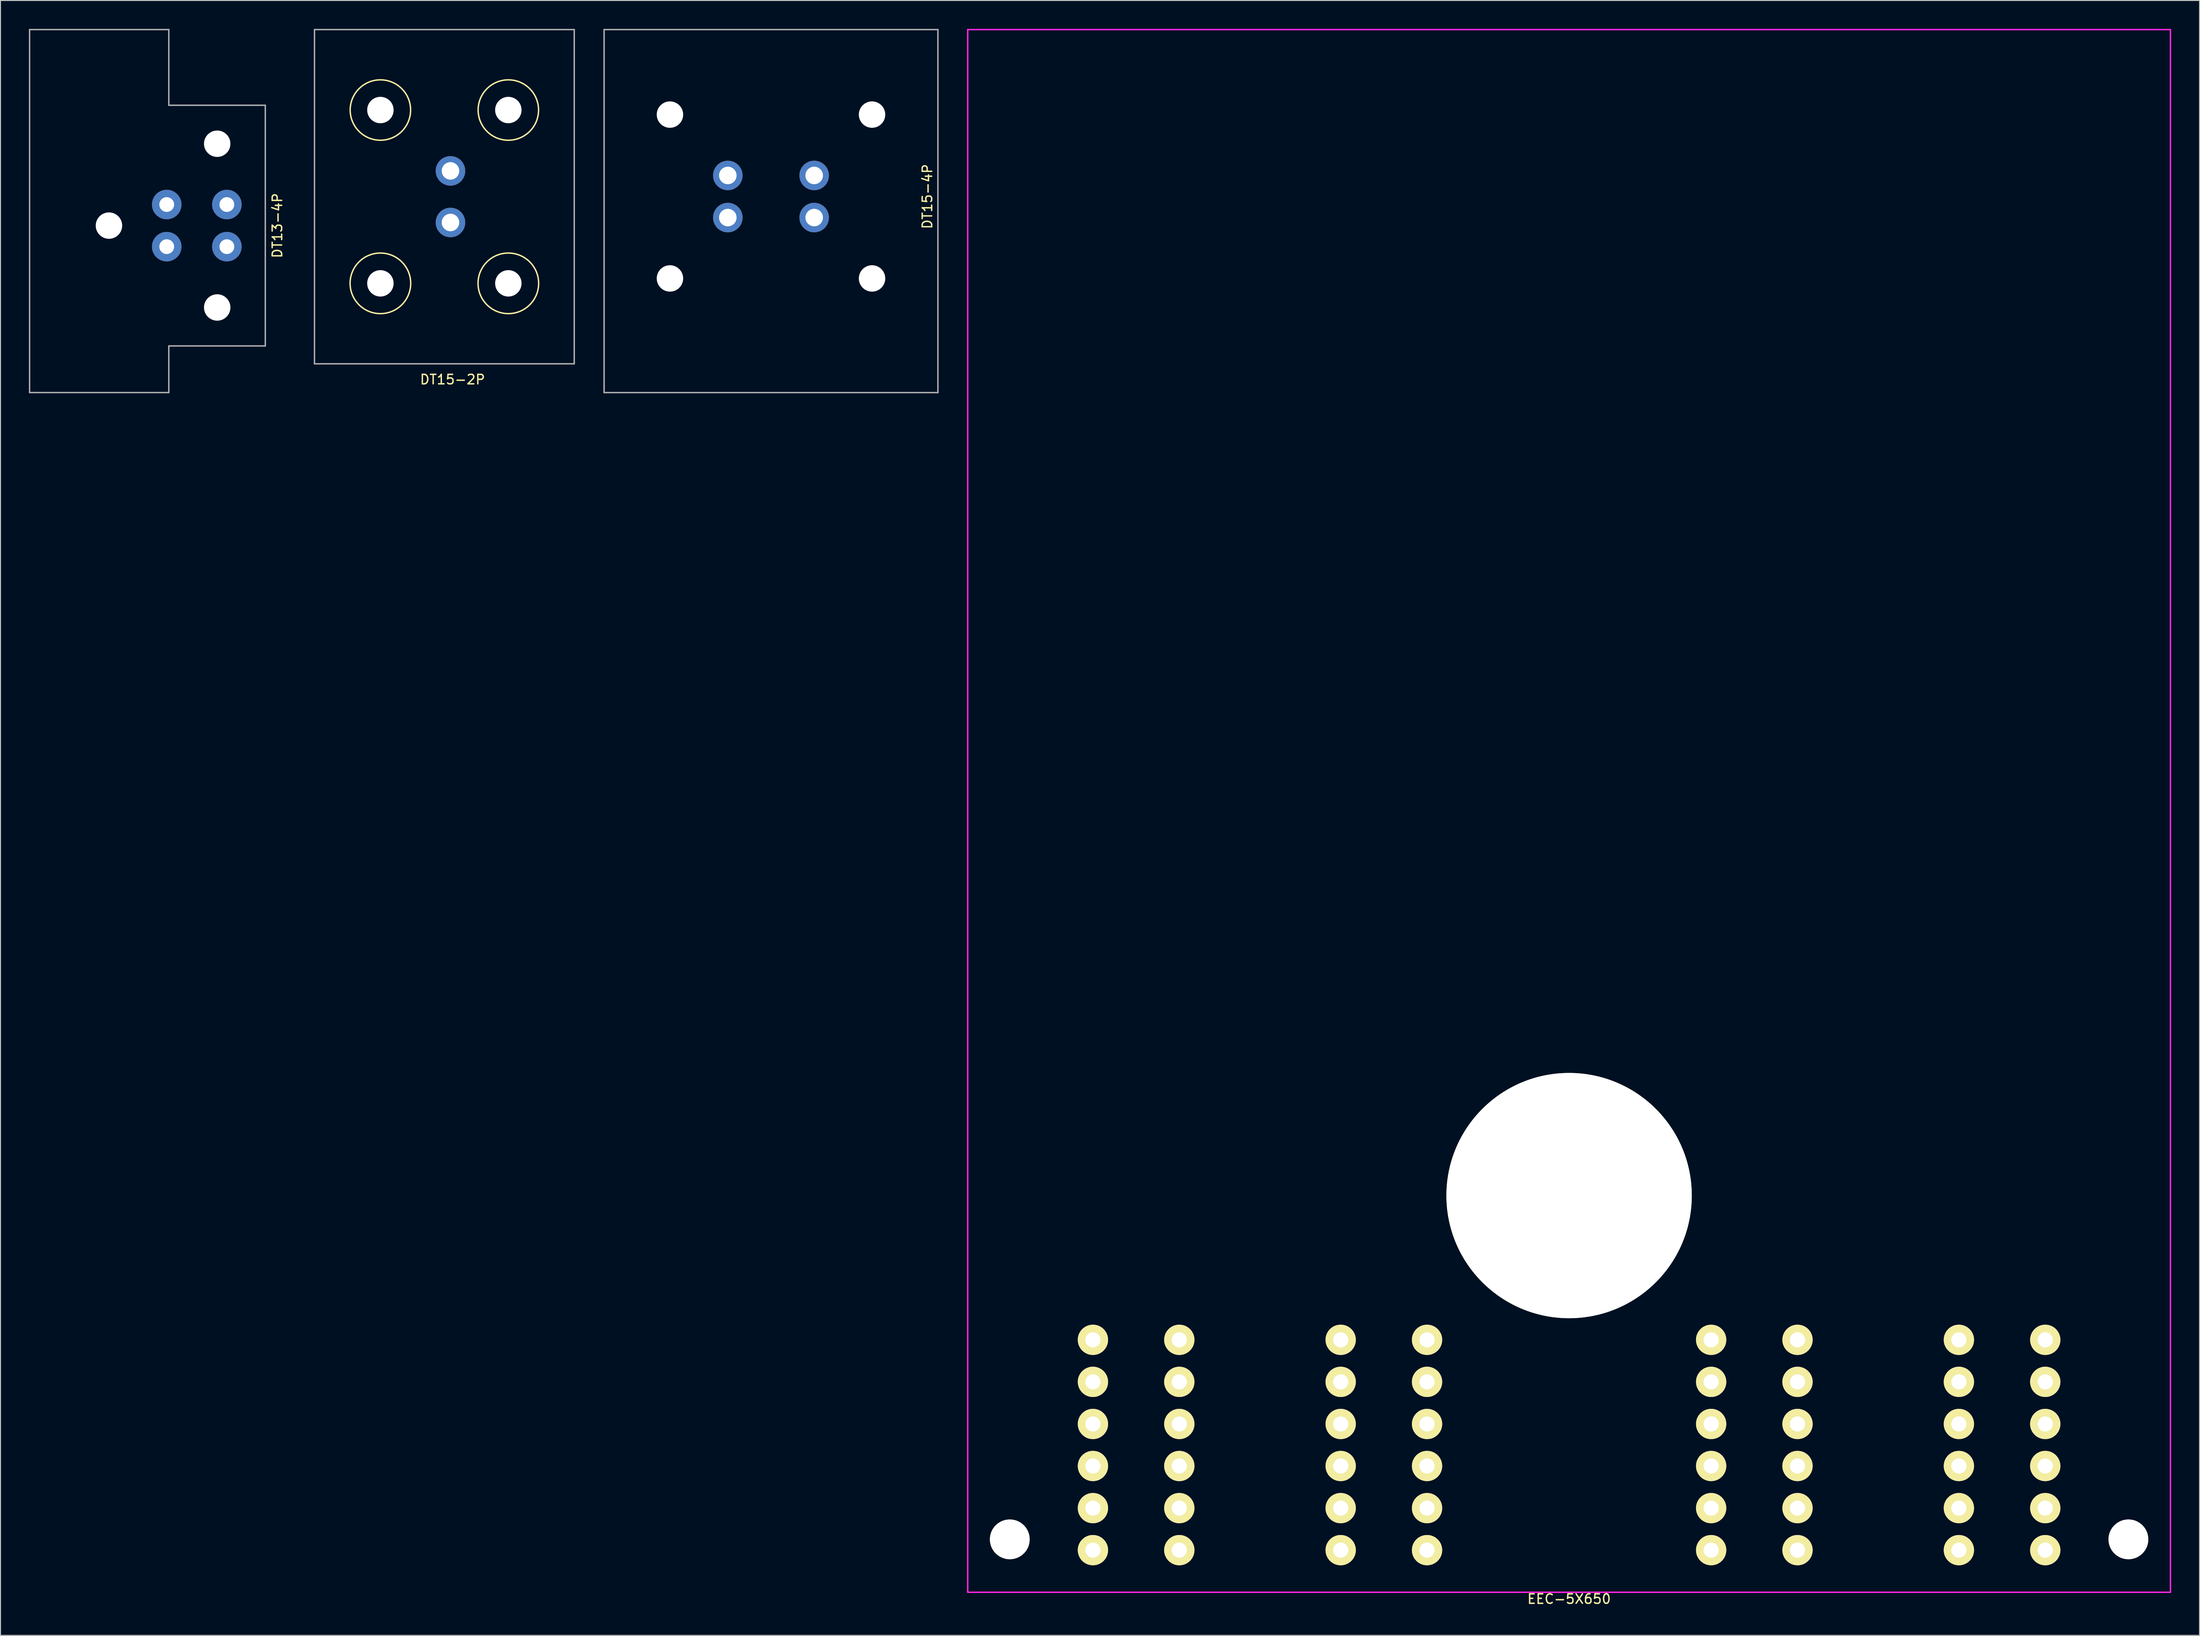
<source format=kicad_pcb>
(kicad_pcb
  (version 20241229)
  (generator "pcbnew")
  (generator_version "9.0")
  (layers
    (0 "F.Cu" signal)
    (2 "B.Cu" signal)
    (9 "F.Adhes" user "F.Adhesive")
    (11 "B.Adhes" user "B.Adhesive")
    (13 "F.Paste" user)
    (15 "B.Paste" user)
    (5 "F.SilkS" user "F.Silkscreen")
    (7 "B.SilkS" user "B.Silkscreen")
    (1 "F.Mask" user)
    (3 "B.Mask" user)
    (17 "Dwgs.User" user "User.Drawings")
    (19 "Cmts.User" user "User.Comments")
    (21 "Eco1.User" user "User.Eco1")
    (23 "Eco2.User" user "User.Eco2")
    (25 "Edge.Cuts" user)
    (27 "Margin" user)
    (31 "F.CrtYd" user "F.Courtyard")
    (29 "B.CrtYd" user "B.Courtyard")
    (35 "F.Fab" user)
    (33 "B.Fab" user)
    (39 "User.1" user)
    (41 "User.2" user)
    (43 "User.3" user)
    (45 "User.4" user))
  (footprint "EEC-5X650"
    (layer "F.Cu")
    (at 162.638 165.175)
    (property "Reference" "EEC-5X650" (at 0 0.71 0) (layer "F.SilkS") (effects (font (size 1 1) (thickness 0.15))))
    (attr through_hole)
    (fp_line (start -63.5 -165.1) (end 63.5 -165.1) (stroke (width 0.15) (type solid)) (layer "F.CrtYd"))
    (fp_line (start -63.5 0) (end -63.5 -165.1) (stroke (width 0.15) (type solid)) (layer "F.CrtYd"))
    (fp_line (start 63.5 -165.1) (end 63.5 0) (stroke (width 0.15) (type solid)) (layer "F.CrtYd"))
    (fp_line (start 63.5 0) (end -63.5 0) (stroke (width 0.15) (type solid)) (layer "F.CrtYd"))
    (pad "" np_thru_hole circle (at -59.06 -5.59) (size 4.2 4.2) (drill 4.2) (layers "*.Cu" "*.Mask" "F.SilkS"))
    (pad "" np_thru_hole circle (at 0 -41.91) (size 25.908 25.908) (drill 25.908) (layers "*.Cu" "*.Mask" "F.SilkS"))
    (pad "" np_thru_hole circle (at 59.06 -5.59) (size 4.2 4.2) (drill 4.2) (layers "*.Cu" "*.Mask" "F.SilkS"))
    (pad "A1" thru_hole circle (at -41.16 -26.67) (size 3.2 3.2) (drill 1.6) (layers "*.Cu" "*.Mask" "F.SilkS"))
    (pad "A2" thru_hole circle (at -41.16 -22.23) (size 3.2 3.2) (drill 1.6) (layers "*.Cu" "*.Mask" "F.SilkS"))
    (pad "A3" thru_hole circle (at -41.16 -17.78) (size 3.2 3.2) (drill 1.6) (layers "*.Cu" "*.Mask" "F.SilkS"))
    (pad "A4" thru_hole circle (at -41.16 -13.34) (size 3.2 3.2) (drill 1.6) (layers "*.Cu" "*.Mask" "F.SilkS"))
    (pad "A5" thru_hole circle (at -41.16 -8.89) (size 3.2 3.2) (drill 1.6) (layers "*.Cu" "*.Mask" "F.SilkS"))
    (pad "A6" thru_hole circle (at -41.16 -4.45) (size 3.2 3.2) (drill 1.6) (layers "*.Cu" "*.Mask" "F.SilkS"))
    (pad "A7" thru_hole circle (at -50.28 -4.45) (size 3.2 3.2) (drill 1.6) (layers "*.Cu" "*.Mask" "F.SilkS"))
    (pad "A8" thru_hole circle (at -50.28 -8.89) (size 3.2 3.2) (drill 1.6) (layers "*.Cu" "*.Mask" "F.SilkS"))
    (pad "A9" thru_hole circle (at -50.28 -13.34) (size 3.2 3.2) (drill 1.6) (layers "*.Cu" "*.Mask" "F.SilkS"))
    (pad "A10" thru_hole circle (at -50.28 -17.78) (size 3.2 3.2) (drill 1.6) (layers "*.Cu" "*.Mask" "F.SilkS"))
    (pad "A11" thru_hole circle (at -50.28 -22.23) (size 3.2 3.2) (drill 1.6) (layers "*.Cu" "*.Mask" "F.SilkS"))
    (pad "A12" thru_hole circle (at -50.28 -26.67) (size 3.2 3.2) (drill 1.6) (layers "*.Cu" "*.Mask" "F.SilkS"))
    (pad "B1" thru_hole circle (at 50.28 -26.67) (size 3.2 3.2) (drill 1.6) (layers "*.Cu" "*.Mask" "F.SilkS"))
    (pad "B2" thru_hole circle (at 50.28 -22.23) (size 3.2 3.2) (drill 1.6) (layers "*.Cu" "*.Mask" "F.SilkS"))
    (pad "B3" thru_hole circle (at 50.28 -17.78) (size 3.2 3.2) (drill 1.6) (layers "*.Cu" "*.Mask" "F.SilkS"))
    (pad "B4" thru_hole circle (at 50.28 -13.34) (size 3.2 3.2) (drill 1.6) (layers "*.Cu" "*.Mask" "F.SilkS"))
    (pad "B5" thru_hole circle (at 50.28 -8.89) (size 3.2 3.2) (drill 1.6) (layers "*.Cu" "*.Mask" "F.SilkS"))
    (pad "B6" thru_hole circle (at 50.28 -4.45) (size 3.2 3.2) (drill 1.6) (layers "*.Cu" "*.Mask" "F.SilkS"))
    (pad "B7" thru_hole circle (at 41.16 -4.45) (size 3.2 3.2) (drill 1.6) (layers "*.Cu" "*.Mask" "F.SilkS"))
    (pad "B8" thru_hole circle (at 41.16 -8.89) (size 3.2 3.2) (drill 1.6) (layers "*.Cu" "*.Mask" "F.SilkS"))
    (pad "B9" thru_hole circle (at 41.16 -13.34) (size 3.2 3.2) (drill 1.6) (layers "*.Cu" "*.Mask" "F.SilkS"))
    (pad "B10" thru_hole circle (at 41.16 -17.78) (size 3.2 3.2) (drill 1.6) (layers "*.Cu" "*.Mask" "F.SilkS"))
    (pad "B11" thru_hole circle (at 41.16 -22.23) (size 3.2 3.2) (drill 1.6) (layers "*.Cu" "*.Mask" "F.SilkS"))
    (pad "B12" thru_hole circle (at 41.16 -26.67) (size 3.2 3.2) (drill 1.6) (layers "*.Cu" "*.Mask" "F.SilkS"))
    (pad "C1" thru_hole circle (at -15 -26.67) (size 3.2 3.2) (drill 1.6) (layers "*.Cu" "*.Mask" "F.SilkS"))
    (pad "C2" thru_hole circle (at -15 -22.23) (size 3.2 3.2) (drill 1.6) (layers "*.Cu" "*.Mask" "F.SilkS"))
    (pad "C3" thru_hole circle (at -15 -17.78) (size 3.2 3.2) (drill 1.6) (layers "*.Cu" "*.Mask" "F.SilkS"))
    (pad "C4" thru_hole circle (at -15 -13.34) (size 3.2 3.2) (drill 1.6) (layers "*.Cu" "*.Mask" "F.SilkS"))
    (pad "C5" thru_hole circle (at -15 -8.89) (size 3.2 3.2) (drill 1.6) (layers "*.Cu" "*.Mask" "F.SilkS"))
    (pad "C6" thru_hole circle (at -15 -4.45) (size 3.2 3.2) (drill 1.6) (layers "*.Cu" "*.Mask" "F.SilkS"))
    (pad "C7" thru_hole circle (at -24.12 -4.45) (size 3.2 3.2) (drill 1.6) (layers "*.Cu" "*.Mask" "F.SilkS"))
    (pad "C8" thru_hole circle (at -24.12 -8.89) (size 3.2 3.2) (drill 1.6) (layers "*.Cu" "*.Mask" "F.SilkS"))
    (pad "C9" thru_hole circle (at -24.12 -13.34) (size 3.2 3.2) (drill 1.6) (layers "*.Cu" "*.Mask" "F.SilkS"))
    (pad "C10" thru_hole circle (at -24.12 -17.78) (size 3.2 3.2) (drill 1.6) (layers "*.Cu" "*.Mask" "F.SilkS"))
    (pad "C11" thru_hole circle (at -24.12 -22.23) (size 3.2 3.2) (drill 1.6) (layers "*.Cu" "*.Mask" "F.SilkS"))
    (pad "C12" thru_hole circle (at -24.12 -26.67) (size 3.2 3.2) (drill 1.6) (layers "*.Cu" "*.Mask" "F.SilkS"))
    (pad "D1" thru_hole circle (at 24.12 -26.67) (size 3.2 3.2) (drill 1.6) (layers "*.Cu" "*.Mask" "F.SilkS"))
    (pad "D2" thru_hole circle (at 24.12 -22.23) (size 3.2 3.2) (drill 1.6) (layers "*.Cu" "*.Mask" "F.SilkS"))
    (pad "D3" thru_hole circle (at 24.12 -17.78) (size 3.2 3.2) (drill 1.6) (layers "*.Cu" "*.Mask" "F.SilkS"))
    (pad "D4" thru_hole circle (at 24.12 -13.34) (size 3.2 3.2) (drill 1.6) (layers "*.Cu" "*.Mask" "F.SilkS"))
    (pad "D5" thru_hole circle (at 24.12 -8.89) (size 3.2 3.2) (drill 1.6) (layers "*.Cu" "*.Mask" "F.SilkS"))
    (pad "D6" thru_hole circle (at 24.12 -4.45) (size 3.2 3.2) (drill 1.6) (layers "*.Cu" "*.Mask" "F.SilkS"))
    (pad "D7" thru_hole circle (at 15 -4.45) (size 3.2 3.2) (drill 1.6) (layers "*.Cu" "*.Mask" "F.SilkS"))
    (pad "D8" thru_hole circle (at 15 -8.89) (size 3.2 3.2) (drill 1.6) (layers "*.Cu" "*.Mask" "F.SilkS"))
    (pad "D9" thru_hole circle (at 15 -13.34) (size 3.2 3.2) (drill 1.6) (layers "*.Cu" "*.Mask" "F.SilkS"))
    (pad "D10" thru_hole circle (at 15 -17.78) (size 3.2 3.2) (drill 1.6) (layers "*.Cu" "*.Mask" "F.SilkS"))
    (pad "D11" thru_hole circle (at 15 -22.23) (size 3.2 3.2) (drill 1.6) (layers "*.Cu" "*.Mask" "F.SilkS"))
    (pad "D12" thru_hole circle (at 15 -26.67) (size 3.2 3.2) (drill 1.6) (layers "*.Cu" "*.Mask" "F.SilkS")))
  (footprint "DT15-2P"
    (layer "F.Cu")
    (at 37.118 26.885)
    (property "Reference" "DT15-2P" (at 7.62 10.16 0) (layer "F.SilkS") (effects (font (size 1 1) (thickness 0.15))))
    (attr through_hole)
    (fp_circle (center 0 -18.31) (end 0 -21.5) (stroke (width 0.15) (type solid)) (fill no) (layer "F.SilkS"))
    (fp_circle (center 0 0) (end 0 -3.2) (stroke (width 0.15) (type solid)) (fill no) (layer "F.SilkS"))
    (fp_circle (center 13.51 -18.31) (end 13.51 -21.5) (stroke (width 0.15) (type solid)) (fill no) (layer "F.SilkS"))
    (fp_circle (center 13.51 0) (end 13.51 -3.2) (stroke (width 0.15) (type solid)) (fill no) (layer "F.SilkS"))
    (fp_line (start -6.96 8.5) (end -6.96 -26.81) (stroke (width 0.15) (type solid)) (layer "F.Fab"))
    (fp_line (start -6.96 8.5) (end 20.47 8.5) (stroke (width 0.15) (type solid)) (layer "F.Fab"))
    (fp_line (start 20.47 -26.81) (end -6.96 -26.81) (stroke (width 0.15) (type solid)) (layer "F.Fab"))
    (fp_line (start 20.47 8.5) (end 20.47 -26.81) (stroke (width 0.15) (type solid)) (layer "F.Fab"))
    (pad "" np_thru_hole circle (at 0 -18.31) (size 2.79 2.79) (drill 2.79) (layers "*.Cu" "*.Mask"))
    (pad "" np_thru_hole circle (at 0 0) (size 2.79 2.79) (drill 2.79) (layers "*.Cu" "*.Mask"))
    (pad "" np_thru_hole circle (at 13.51 -18.31) (size 2.79 2.79) (drill 2.79) (layers "*.Cu" "*.Mask"))
    (pad "" np_thru_hole circle (at 13.51 0) (size 2.79 2.79) (drill 2.79) (layers "*.Cu" "*.Mask"))
    (pad "1" thru_hole circle (at 7.4 -6.43) (size 3.12 3.12) (drill 1.85) (layers "*.Cu" "*.Mask"))
    (pad "2" thru_hole circle (at 7.4 -11.88) (size 3.12 3.12) (drill 1.85) (layers "*.Cu" "*.Mask")))
  (footprint "DT13-4P"
    (layer "F.Cu")
    (at 8.455 20.785)
    (property "Reference" "DT13-4P" (at 17.78 0 90) (layer "F.SilkS") (effects (font (size 1 1) (thickness 0.15))))
    (attr through_hole)
    (fp_line (start -8.38 -20.71) (end -8.38 17.64) (stroke (width 0.15) (type solid)) (layer "F.Fab"))
    (fp_line (start 6.32 -20.71) (end -8.38 -20.71) (stroke (width 0.15) (type solid)) (layer "F.Fab"))
    (fp_line (start 6.32 -12.715) (end 6.32 -20.71) (stroke (width 0.15) (type solid)) (layer "F.Fab"))
    (fp_line (start 6.32 12.715) (end 6.32 17.64) (stroke (width 0.15) (type solid)) (layer "F.Fab"))
    (fp_line (start 6.32 17.64) (end -8.38 17.64) (stroke (width 0.15) (type solid)) (layer "F.Fab"))
    (fp_line (start 16.51 -12.715) (end 6.32 -12.715) (stroke (width 0.15) (type solid)) (layer "F.Fab"))
    (fp_line (start 16.51 -12.715) (end 16.51 12.715) (stroke (width 0.15) (type solid)) (layer "F.Fab"))
    (fp_line (start 16.51 12.715) (end 6.32 12.715) (stroke (width 0.15) (type solid)) (layer "F.Fab"))
    (pad "" np_thru_hole circle (at 0 0) (size 2.79 2.79) (drill 2.79) (layers "*.Cu" "*.Mask"))
    (pad "" np_thru_hole circle (at 11.43 -8.65) (size 2.79 2.79) (drill 2.79) (layers "*.Cu" "*.Mask"))
    (pad "" np_thru_hole circle (at 11.43 8.65) (size 2.79 2.79) (drill 2.79) (layers "*.Cu" "*.Mask"))
    (pad "1" thru_hole circle (at 12.45 -2.225) (size 3.12 3.12) (drill 1.56) (layers "*.Cu" "*.Mask"))
    (pad "2" thru_hole circle (at 12.45 2.225) (size 3.12 3.12) (drill 1.56) (layers "*.Cu" "*.Mask"))
    (pad "3" thru_hole circle (at 6.1 2.225) (size 3.12 3.12) (drill 1.56) (layers "*.Cu" "*.Mask"))
    (pad "4" thru_hole circle (at 6.1 -2.225) (size 3.12 3.12) (drill 1.56) (layers "*.Cu" "*.Mask")))
  (footprint "DT15-4P"
    (layer "F.Cu")
    (at 78.363 17.712)
    (property "Reference" "DT15-4P" (at 16.51 0 90) (layer "F.SilkS") (effects (font (size 1 1) (thickness 0.15))))
    (attr through_hole)
    (fp_line (start -17.625 -17.637) (end 17.625 -17.637) (stroke (width 0.15) (type solid)) (layer "F.Fab"))
    (fp_line (start -17.625 20.716) (end -17.625 -17.637) (stroke (width 0.15) (type solid)) (layer "F.Fab"))
    (fp_line (start -17.625 20.716) (end 17.625 20.716) (stroke (width 0.15) (type solid)) (layer "F.Fab"))
    (fp_line (start 17.625 20.716) (end 17.625 -17.637) (stroke (width 0.15) (type solid)) (layer "F.Fab"))
    (pad "" np_thru_hole circle (at -10.67 -8.655) (size 2.79 2.79) (drill 2.79) (layers "*.Cu" "*.Mask"))
    (pad "" np_thru_hole circle (at -10.67 8.655) (size 2.79 2.79) (drill 2.79) (layers "*.Cu" "*.Mask"))
    (pad "" np_thru_hole circle (at 10.67 -8.655) (size 2.79 2.79) (drill 2.79) (layers "*.Cu" "*.Mask"))
    (pad "" np_thru_hole circle (at 10.67 8.655) (size 2.79 2.79) (drill 2.79) (layers "*.Cu" "*.Mask"))
    (pad "1" thru_hole circle (at -4.56 2.225) (size 3.12 3.12) (drill 1.85) (layers "*.Cu" "*.Mask"))
    (pad "2" thru_hole circle (at -4.56 -2.225) (size 3.12 3.12) (drill 1.85) (layers "*.Cu" "*.Mask"))
    (pad "3" thru_hole circle (at 4.56 -2.225) (size 3.12 3.12) (drill 1.85) (layers "*.Cu" "*.Mask"))
    (pad "4" thru_hole circle (at 4.56 2.225) (size 3.12 3.12) (drill 1.85) (layers "*.Cu" "*.Mask")))
  (gr_rect
    (start -3 -3)
    (end 229.213 169.733)
    (stroke (width 0.1) (type default))
    (fill no)
    (layer "Edge.Cuts")))
</source>
